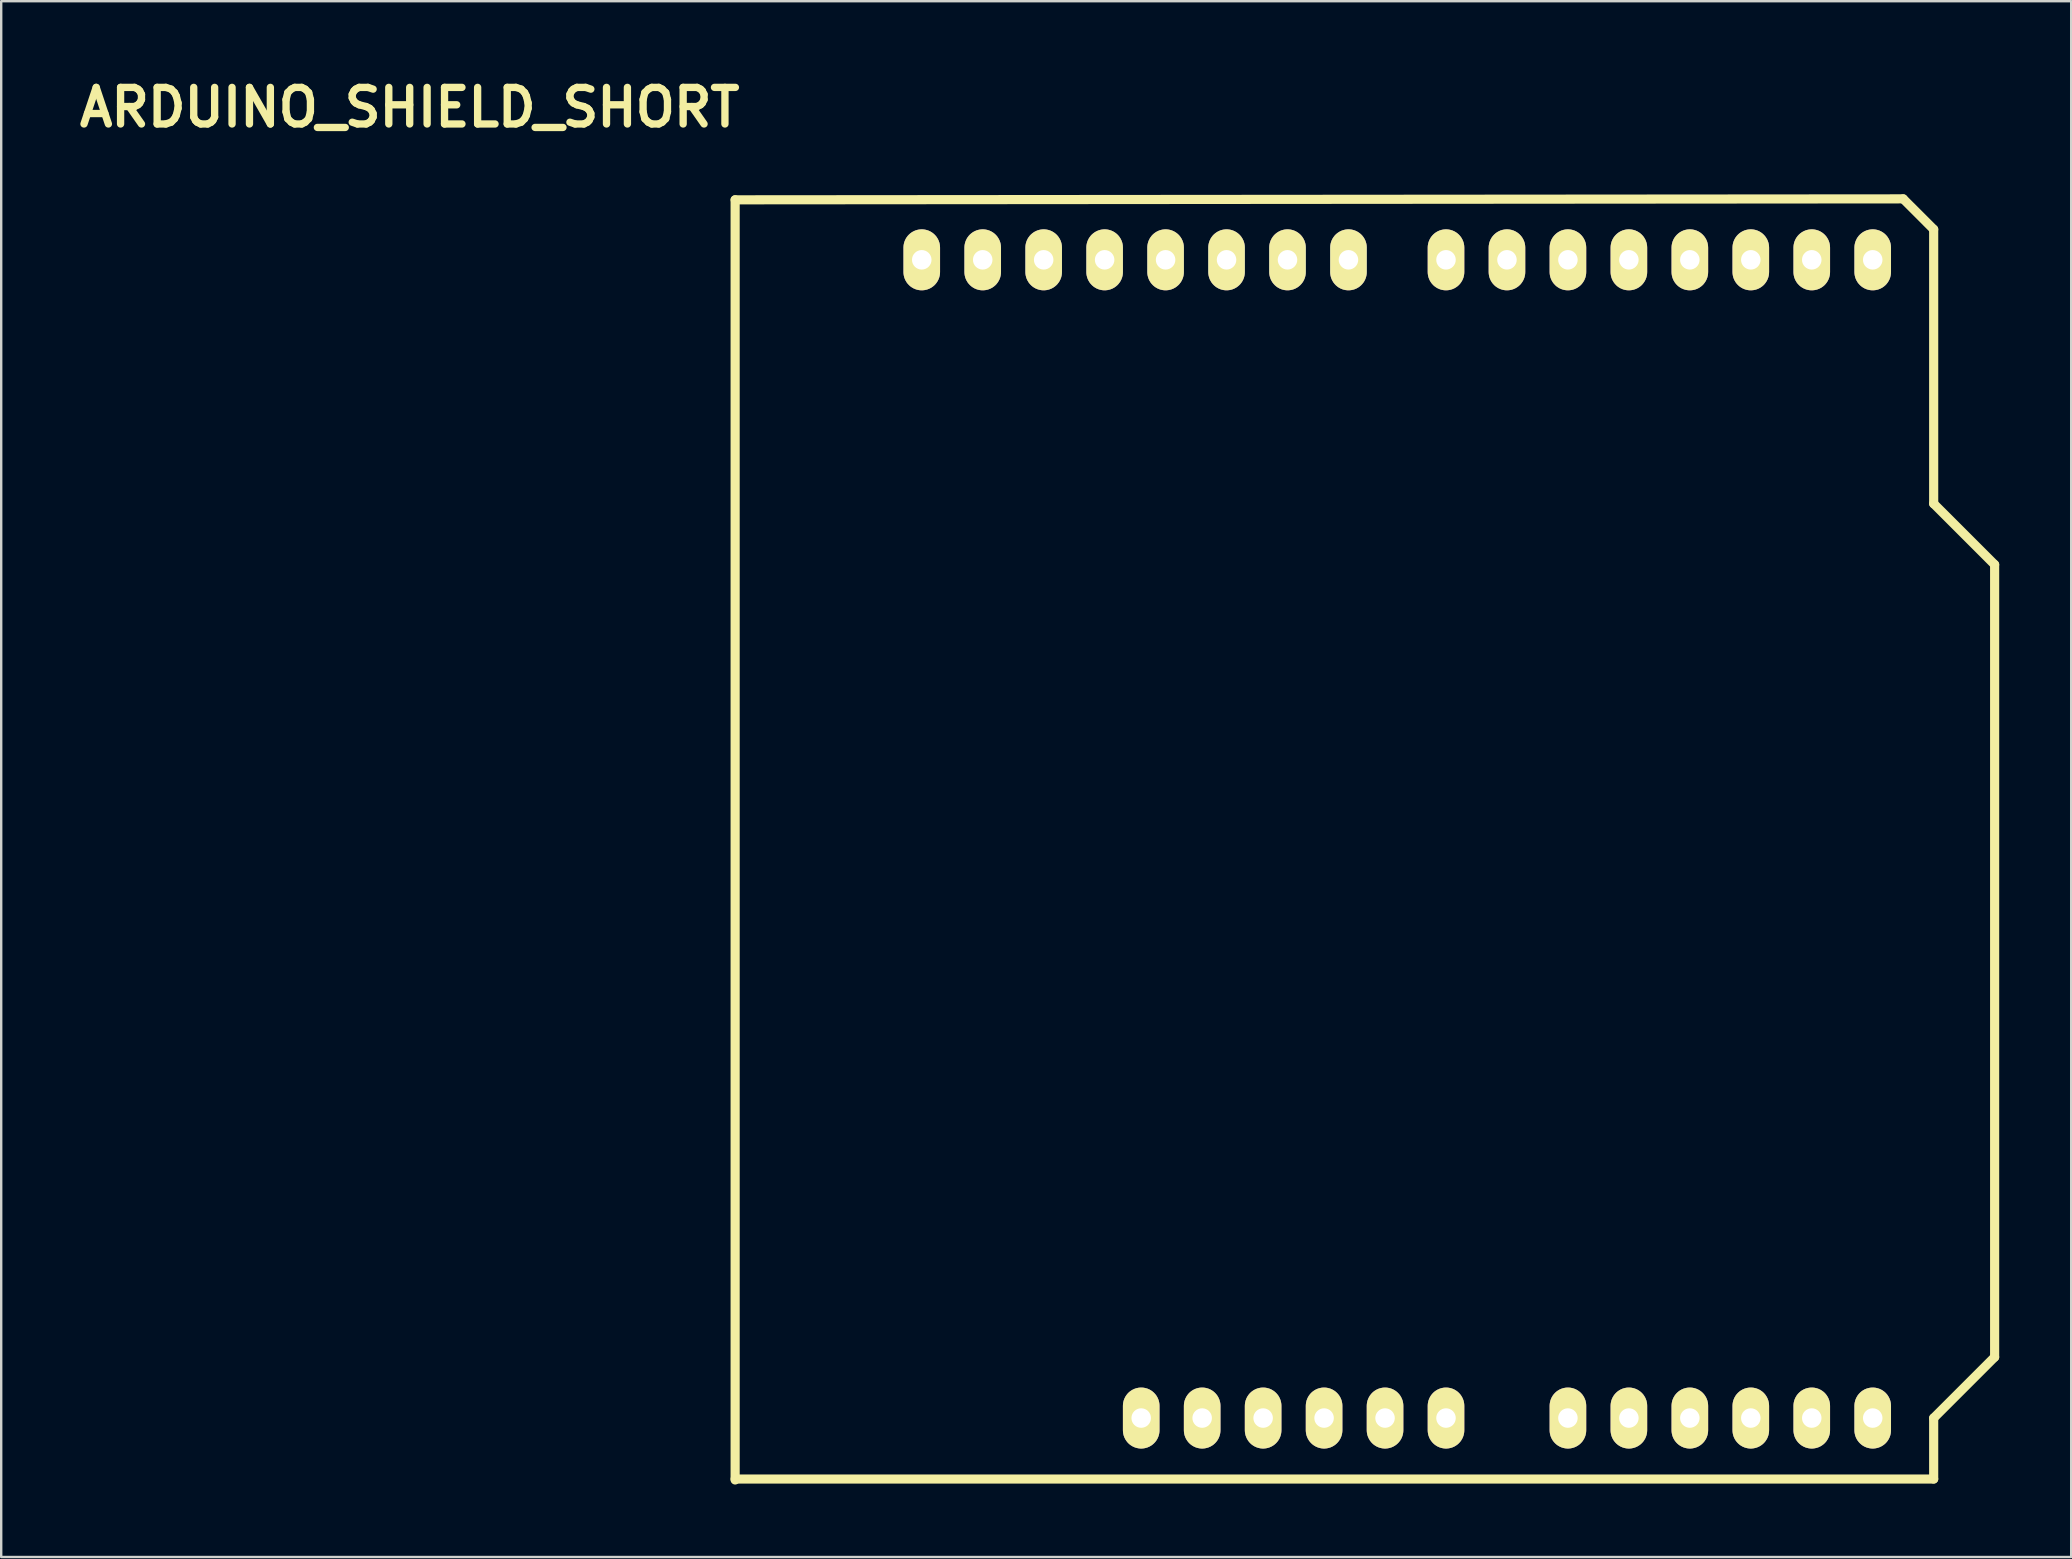
<source format=kicad_pcb>
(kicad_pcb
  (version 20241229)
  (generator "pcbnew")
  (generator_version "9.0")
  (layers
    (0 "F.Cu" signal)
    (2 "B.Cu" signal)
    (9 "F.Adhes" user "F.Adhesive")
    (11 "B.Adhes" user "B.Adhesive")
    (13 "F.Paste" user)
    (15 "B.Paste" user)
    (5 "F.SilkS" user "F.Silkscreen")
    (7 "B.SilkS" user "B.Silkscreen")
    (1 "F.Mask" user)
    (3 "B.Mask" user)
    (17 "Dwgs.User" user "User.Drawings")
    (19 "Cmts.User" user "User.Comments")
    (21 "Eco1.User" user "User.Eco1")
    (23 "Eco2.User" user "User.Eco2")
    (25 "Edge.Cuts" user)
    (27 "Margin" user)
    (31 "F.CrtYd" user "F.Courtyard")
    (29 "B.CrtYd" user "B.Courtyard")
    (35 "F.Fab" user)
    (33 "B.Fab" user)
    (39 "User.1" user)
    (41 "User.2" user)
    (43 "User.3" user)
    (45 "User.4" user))
  (footprint "ARDUINO_SHIELD_SHORT"
    (layer "F.Cu")
    (at 11.481 58.576)
    (property "Reference" "ARDUINO_SHIELD_SHORT" (at 2.54 -57.15 0) (layer "F.SilkS") (effects (font (size 1.524 1.524) (thickness 0.305))))
    (attr through_hole)
    (fp_line (start 16.1 0.04) (end 16.1 -53.3) (stroke (width 0.381) (type solid)) (layer "F.SilkS"))
    (fp_line (start 64.77 -53.34) (end 16.1 -53.3) (stroke (width 0.381) (type solid)) (layer "F.SilkS"))
    (fp_line (start 66.04 -52.07) (end 64.77 -53.34) (stroke (width 0.381) (type solid)) (layer "F.SilkS"))
    (fp_line (start 66.04 -40.64) (end 66.04 -52.07) (stroke (width 0.381) (type solid)) (layer "F.SilkS"))
    (fp_line (start 66.04 -40.64) (end 68.58 -38.1) (stroke (width 0.381) (type solid)) (layer "F.SilkS"))
    (fp_line (start 66.04 -2.54) (end 66.04 0) (stroke (width 0.381) (type solid)) (layer "F.SilkS"))
    (fp_line (start 66.04 0) (end 16.1 0) (stroke (width 0.381) (type solid)) (layer "F.SilkS"))
    (fp_line (start 68.58 -38.1) (end 68.58 -5.08) (stroke (width 0.381) (type solid)) (layer "F.SilkS"))
    (fp_line (start 68.58 -5.08) (end 66.04 -2.54) (stroke (width 0.381) (type solid)) (layer "F.SilkS"))
    (pad "0" thru_hole oval (at 63.5 -50.8 90) (size 2.54 1.524) (drill 0.813) (layers "*.Cu" "*.Mask" "F.SilkS"))
    (pad "1" thru_hole oval (at 60.96 -50.8 90) (size 2.54 1.524) (drill 0.813) (layers "*.Cu" "*.Mask" "F.SilkS"))
    (pad "2" thru_hole oval (at 58.42 -50.8 90) (size 2.54 1.524) (drill 0.813) (layers "*.Cu" "*.Mask" "F.SilkS"))
    (pad "3" thru_hole oval (at 55.88 -50.8 90) (size 2.54 1.524) (drill 0.813) (layers "*.Cu" "*.Mask" "F.SilkS"))
    (pad "3V3" thru_hole oval (at 35.56 -2.54 90) (size 2.54 1.524) (drill 0.813) (layers "*.Cu" "*.Mask" "F.SilkS"))
    (pad "4" thru_hole oval (at 53.34 -50.8 90) (size 2.54 1.524) (drill 0.813) (layers "*.Cu" "*.Mask" "F.SilkS"))
    (pad "5" thru_hole oval (at 50.8 -50.8 90) (size 2.54 1.524) (drill 0.813) (layers "*.Cu" "*.Mask" "F.SilkS"))
    (pad "5V" thru_hole oval (at 38.1 -2.54 90) (size 2.54 1.524) (drill 0.813) (layers "*.Cu" "*.Mask" "F.SilkS"))
    (pad "6" thru_hole oval (at 48.26 -50.8 90) (size 2.54 1.524) (drill 0.813) (layers "*.Cu" "*.Mask" "F.SilkS"))
    (pad "7" thru_hole oval (at 45.72 -50.8 90) (size 2.54 1.524) (drill 0.813) (layers "*.Cu" "*.Mask" "F.SilkS"))
    (pad "8" thru_hole oval (at 41.656 -50.8 90) (size 2.54 1.524) (drill 0.813) (layers "*.Cu" "*.Mask" "F.SilkS"))
    (pad "9" thru_hole oval (at 39.116 -50.8 90) (size 2.54 1.524) (drill 0.813) (layers "*.Cu" "*.Mask" "F.SilkS"))
    (pad "10" thru_hole oval (at 36.576 -50.8 90) (size 2.54 1.524) (drill 0.813) (layers "*.Cu" "*.Mask" "F.SilkS"))
    (pad "11" thru_hole oval (at 34.036 -50.8 90) (size 2.54 1.524) (drill 0.813) (layers "*.Cu" "*.Mask" "F.SilkS"))
    (pad "12" thru_hole oval (at 31.496 -50.8 90) (size 2.54 1.524) (drill 0.813) (layers "*.Cu" "*.Mask" "F.SilkS"))
    (pad "13" thru_hole oval (at 28.956 -50.8 90) (size 2.54 1.524) (drill 0.813) (layers "*.Cu" "*.Mask" "F.SilkS"))
    (pad "AD0" thru_hole oval (at 50.8 -2.54 90) (size 2.54 1.524) (drill 0.813) (layers "*.Cu" "*.Mask" "F.SilkS"))
    (pad "AD1" thru_hole oval (at 53.34 -2.54 90) (size 2.54 1.524) (drill 0.813) (layers "*.Cu" "*.Mask" "F.SilkS"))
    (pad "AD2" thru_hole oval (at 55.88 -2.54 90) (size 2.54 1.524) (drill 0.813) (layers "*.Cu" "*.Mask" "F.SilkS"))
    (pad "AD3" thru_hole oval (at 58.42 -2.54 90) (size 2.54 1.524) (drill 0.813) (layers "*.Cu" "*.Mask" "F.SilkS"))
    (pad "AD4" thru_hole oval (at 60.96 -2.54 90) (size 2.54 1.524) (drill 0.813) (layers "*.Cu" "*.Mask" "F.SilkS"))
    (pad "AD5" thru_hole oval (at 63.5 -2.54 90) (size 2.54 1.524) (drill 0.813) (layers "*.Cu" "*.Mask" "F.SilkS"))
    (pad "AREF" thru_hole oval (at 23.876 -50.8 90) (size 2.54 1.524) (drill 0.813) (layers "*.Cu" "*.Mask" "F.SilkS"))
    (pad "GND1" thru_hole oval (at 40.64 -2.54 90) (size 2.54 1.524) (drill 0.813) (layers "*.Cu" "*.Mask" "F.SilkS"))
    (pad "GND2" thru_hole oval (at 43.18 -2.54 90) (size 2.54 1.524) (drill 0.813) (layers "*.Cu" "*.Mask" "F.SilkS"))
    (pad "GND3" thru_hole oval (at 26.416 -50.8 90) (size 2.54 1.524) (drill 0.813) (layers "*.Cu" "*.Mask" "F.SilkS"))
    (pad "RST" thru_hole oval (at 33.02 -2.54 90) (size 2.54 1.524) (drill 0.813) (layers "*.Cu" "*.Mask" "F.SilkS"))
    (pad "V_IN" thru_hole oval (at 45.72 -2.54 90) (size 2.54 1.524) (drill 0.813) (layers "*.Cu" "*.Mask" "F.SilkS")))
  (gr_rect
    (start -3 -3)
    (end 83.251 61.826)
    (stroke (width 0.1) (type default))
    (fill no)
    (layer "Edge.Cuts")))
</source>
